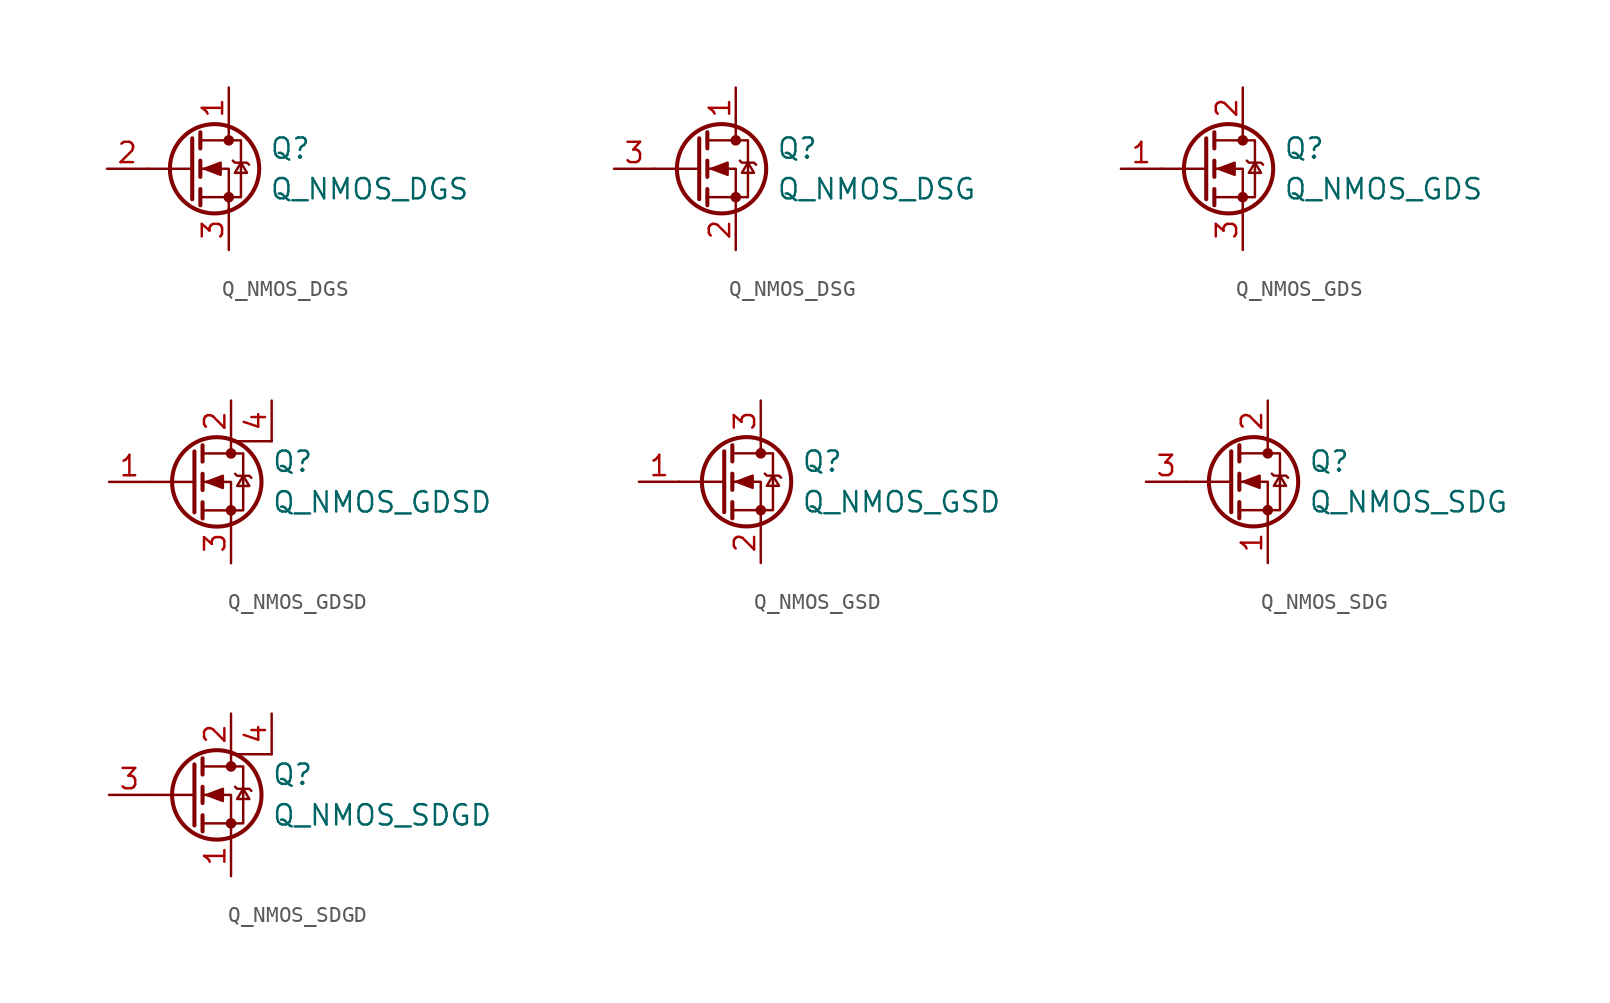
<source format=kicad_sym>
(kicad_symbol_lib
  (version 20201005)
  (generator kicad_symbol_editor)
  (symbol "Q_NMOS_DGS"
    (pin_names
      (offset 0) hide)
    (property "Reference" "Q"
      (at 5.08 1.27 0)
      (effects (font (size 1.27 1.27)) (justify left)))
    (property "Value" "Q_NMOS_DGS"
      (at 5.08 -1.27 0)
      (effects (font (size 1.27 1.27)) (justify left)))
    (symbol "Q_NMOS_DGS_0_1"
      (circle (center 1.651 0) (radius 2.794) (stroke (width 0.254)) (fill (type none)))
      (circle (center 2.54 -1.778) (radius 0.254) (stroke (width 0)) (fill (type outline)))
      (circle (center 2.54 1.778) (radius 0.254) (stroke (width 0)) (fill (type outline)))
      (polyline (pts (xy 0.254 0) (xy -2.54 0)) (stroke (width 0)) (fill (type none)))
      (polyline (pts (xy 0.254 1.905) (xy 0.254 -1.905)) (stroke (width 0.254)) (fill (type none)))
      (polyline (pts (xy 0.762 -1.27) (xy 0.762 -2.286)) (stroke (width 0.254)) (fill (type none)))
      (polyline (pts (xy 0.762 0.508) (xy 0.762 -0.508)) (stroke (width 0.254)) (fill (type none)))
      (polyline (pts (xy 0.762 2.286) (xy 0.762 1.27)) (stroke (width 0.254)) (fill (type none)))
      (polyline (pts (xy 2.54 2.54) (xy 2.54 1.778)) (stroke (width 0)) (fill (type none)))
      (polyline (pts (xy 2.54 -2.54) (xy 2.54 0) (xy 0.762 0)) (stroke (width 0)) (fill (type none)))
      (polyline (pts (xy 0.762 -1.778) (xy 3.302 -1.778) (xy 3.302 1.778) (xy 0.762 1.778)) (stroke (width 0)) (fill (type none)))
      (polyline (pts (xy 2.794 0.508) (xy 2.921 0.381) (xy 3.683 0.381) (xy 3.81 0.254)) (stroke (width 0)) (fill (type none)))
      (polyline (pts (xy 3.302 0.381) (xy 2.921 -0.254) (xy 3.683 -0.254) (xy 3.302 0.381)) (stroke (width 0)) (fill (type none)))
      (polyline (pts (xy 1.016 0) (xy 2.032 0.381) (xy 2.032 -0.381) (xy 1.016 0)) (stroke (width 0)) (fill (type outline))))
    (symbol "Q_NMOS_DGS_1_1"
      (pin passive line (at 2.54 5.08 270) (length 2.54) (name "D" (effects (font (size 1.27 1.27)))) (number "1" (effects (font (size 1.27 1.27)))))
      (pin input line (at -5.08 0 0) (length 2.54) (name "G" (effects (font (size 1.27 1.27)))) (number "2" (effects (font (size 1.27 1.27)))))
      (pin passive line (at 2.54 -5.08 90) (length 2.54) (name "S" (effects (font (size 1.27 1.27)))) (number "3" (effects (font (size 1.27 1.27)))))))
  (symbol "Q_NMOS_DSG"
    (pin_names
      (offset 0) hide)
    (property "Reference" "Q"
      (at 5.08 1.27 0)
      (effects (font (size 1.27 1.27)) (justify left)))
    (property "Value" "Q_NMOS_DSG"
      (at 5.08 -1.27 0)
      (effects (font (size 1.27 1.27)) (justify left)))
    (symbol "Q_NMOS_DSG_0_1"
      (circle (center 1.651 0) (radius 2.794) (stroke (width 0.254)) (fill (type none)))
      (circle (center 2.54 -1.778) (radius 0.254) (stroke (width 0)) (fill (type outline)))
      (circle (center 2.54 1.778) (radius 0.254) (stroke (width 0)) (fill (type outline)))
      (polyline (pts (xy 0.254 0) (xy -2.54 0)) (stroke (width 0)) (fill (type none)))
      (polyline (pts (xy 0.254 1.905) (xy 0.254 -1.905)) (stroke (width 0.254)) (fill (type none)))
      (polyline (pts (xy 0.762 -1.27) (xy 0.762 -2.286)) (stroke (width 0.254)) (fill (type none)))
      (polyline (pts (xy 0.762 0.508) (xy 0.762 -0.508)) (stroke (width 0.254)) (fill (type none)))
      (polyline (pts (xy 0.762 2.286) (xy 0.762 1.27)) (stroke (width 0.254)) (fill (type none)))
      (polyline (pts (xy 2.54 2.54) (xy 2.54 1.778)) (stroke (width 0)) (fill (type none)))
      (polyline (pts (xy 2.54 -2.54) (xy 2.54 0) (xy 0.762 0)) (stroke (width 0)) (fill (type none)))
      (polyline (pts (xy 0.762 -1.778) (xy 3.302 -1.778) (xy 3.302 1.778) (xy 0.762 1.778)) (stroke (width 0)) (fill (type none)))
      (polyline (pts (xy 2.794 0.508) (xy 2.921 0.381) (xy 3.683 0.381) (xy 3.81 0.254)) (stroke (width 0)) (fill (type none)))
      (polyline (pts (xy 3.302 0.381) (xy 2.921 -0.254) (xy 3.683 -0.254) (xy 3.302 0.381)) (stroke (width 0)) (fill (type none)))
      (polyline (pts (xy 1.016 0) (xy 2.032 0.381) (xy 2.032 -0.381) (xy 1.016 0)) (stroke (width 0)) (fill (type outline))))
    (symbol "Q_NMOS_DSG_1_1"
      (pin passive line (at 2.54 5.08 270) (length 2.54) (name "D" (effects (font (size 1.27 1.27)))) (number "1" (effects (font (size 1.27 1.27)))))
      (pin passive line (at 2.54 -5.08 90) (length 2.54) (name "S" (effects (font (size 1.27 1.27)))) (number "2" (effects (font (size 1.27 1.27)))))
      (pin input line (at -5.08 0 0) (length 2.54) (name "G" (effects (font (size 1.27 1.27)))) (number "3" (effects (font (size 1.27 1.27)))))))
  (symbol "Q_NMOS_GDS"
    (pin_names
      (offset 0) hide)
    (property "Reference" "Q"
      (at 5.08 1.27 0)
      (effects (font (size 1.27 1.27)) (justify left)))
    (property "Value" "Q_NMOS_GDS"
      (at 5.08 -1.27 0)
      (effects (font (size 1.27 1.27)) (justify left)))
    (symbol "Q_NMOS_GDS_0_1"
      (circle (center 1.651 0) (radius 2.794) (stroke (width 0.254)) (fill (type none)))
      (circle (center 2.54 -1.778) (radius 0.254) (stroke (width 0)) (fill (type outline)))
      (circle (center 2.54 1.778) (radius 0.254) (stroke (width 0)) (fill (type outline)))
      (polyline (pts (xy 0.254 0) (xy -2.54 0)) (stroke (width 0)) (fill (type none)))
      (polyline (pts (xy 0.254 1.905) (xy 0.254 -1.905)) (stroke (width 0.254)) (fill (type none)))
      (polyline (pts (xy 0.762 -1.27) (xy 0.762 -2.286)) (stroke (width 0.254)) (fill (type none)))
      (polyline (pts (xy 0.762 0.508) (xy 0.762 -0.508)) (stroke (width 0.254)) (fill (type none)))
      (polyline (pts (xy 0.762 2.286) (xy 0.762 1.27)) (stroke (width 0.254)) (fill (type none)))
      (polyline (pts (xy 2.54 2.54) (xy 2.54 1.778)) (stroke (width 0)) (fill (type none)))
      (polyline (pts (xy 2.54 -2.54) (xy 2.54 0) (xy 0.762 0)) (stroke (width 0)) (fill (type none)))
      (polyline (pts (xy 0.762 -1.778) (xy 3.302 -1.778) (xy 3.302 1.778) (xy 0.762 1.778)) (stroke (width 0)) (fill (type none)))
      (polyline (pts (xy 2.794 0.508) (xy 2.921 0.381) (xy 3.683 0.381) (xy 3.81 0.254)) (stroke (width 0)) (fill (type none)))
      (polyline (pts (xy 3.302 0.381) (xy 2.921 -0.254) (xy 3.683 -0.254) (xy 3.302 0.381)) (stroke (width 0)) (fill (type none)))
      (polyline (pts (xy 1.016 0) (xy 2.032 0.381) (xy 2.032 -0.381) (xy 1.016 0)) (stroke (width 0)) (fill (type outline))))
    (symbol "Q_NMOS_GDS_1_1"
      (pin input line (at -5.08 0 0) (length 2.54) (name "G" (effects (font (size 1.27 1.27)))) (number "1" (effects (font (size 1.27 1.27)))))
      (pin passive line (at 2.54 5.08 270) (length 2.54) (name "D" (effects (font (size 1.27 1.27)))) (number "2" (effects (font (size 1.27 1.27)))))
      (pin passive line (at 2.54 -5.08 90) (length 2.54) (name "S" (effects (font (size 1.27 1.27)))) (number "3" (effects (font (size 1.27 1.27)))))))
  (symbol "Q_NMOS_GDSD"
    (pin_names
      (offset 0) hide)
    (property "Reference" "Q"
      (at 5.08 1.27 0)
      (effects (font (size 1.27 1.27)) (justify left)))
    (property "Value" "Q_NMOS_GDSD"
      (at 5.08 -1.27 0)
      (effects (font (size 1.27 1.27)) (justify left)))
    (symbol "Q_NMOS_GDSD_0_1"
      (circle (center 1.651 0) (radius 2.794) (stroke (width 0.254)) (fill (type none)))
      (circle (center 2.54 -1.778) (radius 0.254) (stroke (width 0)) (fill (type outline)))
      (circle (center 2.54 1.778) (radius 0.254) (stroke (width 0)) (fill (type outline)))
      (polyline (pts (xy 0.254 0) (xy -2.54 0)) (stroke (width 0)) (fill (type none)))
      (polyline (pts (xy 0.254 1.905) (xy 0.254 -1.905)) (stroke (width 0.254)) (fill (type none)))
      (polyline (pts (xy 0.762 -1.27) (xy 0.762 -2.286)) (stroke (width 0.254)) (fill (type none)))
      (polyline (pts (xy 0.762 0.508) (xy 0.762 -0.508)) (stroke (width 0.254)) (fill (type none)))
      (polyline (pts (xy 0.762 2.286) (xy 0.762 1.27)) (stroke (width 0.254)) (fill (type none)))
      (polyline (pts (xy 2.54 -2.54) (xy 2.54 0) (xy 0.762 0)) (stroke (width 0)) (fill (type none)))
      (polyline (pts (xy 5.08 2.54) (xy 2.54 2.54) (xy 2.54 1.778)) (stroke (width 0)) (fill (type none)))
      (polyline (pts (xy 0.762 -1.778) (xy 3.302 -1.778) (xy 3.302 1.778) (xy 0.762 1.778)) (stroke (width 0)) (fill (type none)))
      (polyline (pts (xy 2.794 0.508) (xy 2.921 0.381) (xy 3.683 0.381) (xy 3.81 0.254)) (stroke (width 0)) (fill (type none)))
      (polyline (pts (xy 3.302 0.381) (xy 2.921 -0.254) (xy 3.683 -0.254) (xy 3.302 0.381)) (stroke (width 0)) (fill (type none)))
      (polyline (pts (xy 1.016 0) (xy 2.032 0.381) (xy 2.032 -0.381) (xy 1.016 0)) (stroke (width 0)) (fill (type outline))))
    (symbol "Q_NMOS_GDSD_1_1"
      (pin input line (at -5.08 0 0) (length 2.54) (name "G" (effects (font (size 1.27 1.27)))) (number "1" (effects (font (size 1.27 1.27)))))
      (pin passive line (at 2.54 5.08 270) (length 2.54) (name "D" (effects (font (size 1.27 1.27)))) (number "2" (effects (font (size 1.27 1.27)))))
      (pin passive line (at 2.54 -5.08 90) (length 2.54) (name "S" (effects (font (size 1.27 1.27)))) (number "3" (effects (font (size 1.27 1.27)))))
      (pin passive line (at 5.08 5.08 270) (length 2.54) (name "D" (effects (font (size 1.27 1.27)))) (number "4" (effects (font (size 1.27 1.27)))))))
  (symbol "Q_NMOS_GSD"
    (pin_names
      (offset 0) hide)
    (property "Reference" "Q"
      (at 5.08 1.27 0)
      (effects (font (size 1.27 1.27)) (justify left)))
    (property "Value" "Q_NMOS_GSD"
      (at 5.08 -1.27 0)
      (effects (font (size 1.27 1.27)) (justify left)))
    (symbol "Q_NMOS_GSD_0_1"
      (circle (center 1.651 0) (radius 2.794) (stroke (width 0.254)) (fill (type none)))
      (circle (center 2.54 -1.778) (radius 0.254) (stroke (width 0)) (fill (type outline)))
      (circle (center 2.54 1.778) (radius 0.254) (stroke (width 0)) (fill (type outline)))
      (polyline (pts (xy 0.254 0) (xy -2.54 0)) (stroke (width 0)) (fill (type none)))
      (polyline (pts (xy 0.254 1.905) (xy 0.254 -1.905)) (stroke (width 0.254)) (fill (type none)))
      (polyline (pts (xy 0.762 -1.27) (xy 0.762 -2.286)) (stroke (width 0.254)) (fill (type none)))
      (polyline (pts (xy 0.762 0.508) (xy 0.762 -0.508)) (stroke (width 0.254)) (fill (type none)))
      (polyline (pts (xy 0.762 2.286) (xy 0.762 1.27)) (stroke (width 0.254)) (fill (type none)))
      (polyline (pts (xy 2.54 2.54) (xy 2.54 1.778)) (stroke (width 0)) (fill (type none)))
      (polyline (pts (xy 2.54 -2.54) (xy 2.54 0) (xy 0.762 0)) (stroke (width 0)) (fill (type none)))
      (polyline (pts (xy 0.762 -1.778) (xy 3.302 -1.778) (xy 3.302 1.778) (xy 0.762 1.778)) (stroke (width 0)) (fill (type none)))
      (polyline (pts (xy 2.794 0.508) (xy 2.921 0.381) (xy 3.683 0.381) (xy 3.81 0.254)) (stroke (width 0)) (fill (type none)))
      (polyline (pts (xy 3.302 0.381) (xy 2.921 -0.254) (xy 3.683 -0.254) (xy 3.302 0.381)) (stroke (width 0)) (fill (type none)))
      (polyline (pts (xy 1.016 0) (xy 2.032 0.381) (xy 2.032 -0.381) (xy 1.016 0)) (stroke (width 0)) (fill (type outline))))
    (symbol "Q_NMOS_GSD_1_1"
      (pin input line (at -5.08 0 0) (length 2.54) (name "G" (effects (font (size 1.27 1.27)))) (number "1" (effects (font (size 1.27 1.27)))))
      (pin passive line (at 2.54 -5.08 90) (length 2.54) (name "S" (effects (font (size 1.27 1.27)))) (number "2" (effects (font (size 1.27 1.27)))))
      (pin passive line (at 2.54 5.08 270) (length 2.54) (name "D" (effects (font (size 1.27 1.27)))) (number "3" (effects (font (size 1.27 1.27)))))))
  (symbol "Q_NMOS_SDG"
    (pin_names
      (offset 0) hide)
    (property "Reference" "Q"
      (at 5.08 1.27 0)
      (effects (font (size 1.27 1.27)) (justify left)))
    (property "Value" "Q_NMOS_SDG"
      (at 5.08 -1.27 0)
      (effects (font (size 1.27 1.27)) (justify left)))
    (symbol "Q_NMOS_SDG_0_1"
      (circle (center 1.651 0) (radius 2.794) (stroke (width 0.254)) (fill (type none)))
      (circle (center 2.54 -1.778) (radius 0.254) (stroke (width 0)) (fill (type outline)))
      (circle (center 2.54 1.778) (radius 0.254) (stroke (width 0)) (fill (type outline)))
      (polyline (pts (xy 0.254 0) (xy -2.54 0)) (stroke (width 0)) (fill (type none)))
      (polyline (pts (xy 0.254 1.905) (xy 0.254 -1.905)) (stroke (width 0.254)) (fill (type none)))
      (polyline (pts (xy 0.762 -1.27) (xy 0.762 -2.286)) (stroke (width 0.254)) (fill (type none)))
      (polyline (pts (xy 0.762 0.508) (xy 0.762 -0.508)) (stroke (width 0.254)) (fill (type none)))
      (polyline (pts (xy 0.762 2.286) (xy 0.762 1.27)) (stroke (width 0.254)) (fill (type none)))
      (polyline (pts (xy 2.54 2.54) (xy 2.54 1.778)) (stroke (width 0)) (fill (type none)))
      (polyline (pts (xy 2.54 -2.54) (xy 2.54 0) (xy 0.762 0)) (stroke (width 0)) (fill (type none)))
      (polyline (pts (xy 0.762 -1.778) (xy 3.302 -1.778) (xy 3.302 1.778) (xy 0.762 1.778)) (stroke (width 0)) (fill (type none)))
      (polyline (pts (xy 2.794 0.508) (xy 2.921 0.381) (xy 3.683 0.381) (xy 3.81 0.254)) (stroke (width 0)) (fill (type none)))
      (polyline (pts (xy 3.302 0.381) (xy 2.921 -0.254) (xy 3.683 -0.254) (xy 3.302 0.381)) (stroke (width 0)) (fill (type none)))
      (polyline (pts (xy 1.016 0) (xy 2.032 0.381) (xy 2.032 -0.381) (xy 1.016 0)) (stroke (width 0)) (fill (type outline))))
    (symbol "Q_NMOS_SDG_1_1"
      (pin passive line (at 2.54 -5.08 90) (length 2.54) (name "S" (effects (font (size 1.27 1.27)))) (number "1" (effects (font (size 1.27 1.27)))))
      (pin passive line (at 2.54 5.08 270) (length 2.54) (name "D" (effects (font (size 1.27 1.27)))) (number "2" (effects (font (size 1.27 1.27)))))
      (pin input line (at -5.08 0 0) (length 2.54) (name "G" (effects (font (size 1.27 1.27)))) (number "3" (effects (font (size 1.27 1.27)))))))
  (symbol "Q_NMOS_SDGD"
    (pin_names
      (offset 0) hide)
    (property "Reference" "Q"
      (at 5.08 1.27 0)
      (effects (font (size 1.27 1.27)) (justify left)))
    (property "Value" "Q_NMOS_SDGD"
      (at 5.08 -1.27 0)
      (effects (font (size 1.27 1.27)) (justify left)))
    (symbol "Q_NMOS_SDGD_0_1"
      (circle (center 1.651 0) (radius 2.794) (stroke (width 0.254)) (fill (type none)))
      (circle (center 2.54 -1.778) (radius 0.254) (stroke (width 0)) (fill (type outline)))
      (circle (center 2.54 1.778) (radius 0.254) (stroke (width 0)) (fill (type outline)))
      (polyline (pts (xy 0.254 0) (xy -2.54 0)) (stroke (width 0)) (fill (type none)))
      (polyline (pts (xy 0.254 1.905) (xy 0.254 -1.905)) (stroke (width 0.254)) (fill (type none)))
      (polyline (pts (xy 0.762 -1.27) (xy 0.762 -2.286)) (stroke (width 0.254)) (fill (type none)))
      (polyline (pts (xy 0.762 0.508) (xy 0.762 -0.508)) (stroke (width 0.254)) (fill (type none)))
      (polyline (pts (xy 0.762 2.286) (xy 0.762 1.27)) (stroke (width 0.254)) (fill (type none)))
      (polyline (pts (xy 2.54 -2.54) (xy 2.54 0) (xy 0.762 0)) (stroke (width 0)) (fill (type none)))
      (polyline (pts (xy 5.08 2.54) (xy 2.54 2.54) (xy 2.54 1.778)) (stroke (width 0)) (fill (type none)))
      (polyline (pts (xy 0.762 -1.778) (xy 3.302 -1.778) (xy 3.302 1.778) (xy 0.762 1.778)) (stroke (width 0)) (fill (type none)))
      (polyline (pts (xy 2.794 0.508) (xy 2.921 0.381) (xy 3.683 0.381) (xy 3.81 0.254)) (stroke (width 0)) (fill (type none)))
      (polyline (pts (xy 3.302 0.381) (xy 2.921 -0.254) (xy 3.683 -0.254) (xy 3.302 0.381)) (stroke (width 0)) (fill (type none)))
      (polyline (pts (xy 1.016 0) (xy 2.032 0.381) (xy 2.032 -0.381) (xy 1.016 0)) (stroke (width 0)) (fill (type outline))))
    (symbol "Q_NMOS_SDGD_1_1"
      (pin passive line (at 2.54 -5.08 90) (length 2.54) (name "S" (effects (font (size 1.27 1.27)))) (number "1" (effects (font (size 1.27 1.27)))))
      (pin passive line (at 2.54 5.08 270) (length 2.54) (name "D" (effects (font (size 1.27 1.27)))) (number "2" (effects (font (size 1.27 1.27)))))
      (pin input line (at -5.08 0 0) (length 2.54) (name "G" (effects (font (size 1.27 1.27)))) (number "3" (effects (font (size 1.27 1.27)))))
      (pin passive line (at 5.08 5.08 270) (length 2.54) (name "D" (effects (font (size 1.27 1.27)))) (number "4" (effects (font (size 1.27 1.27))))))))
</source>
